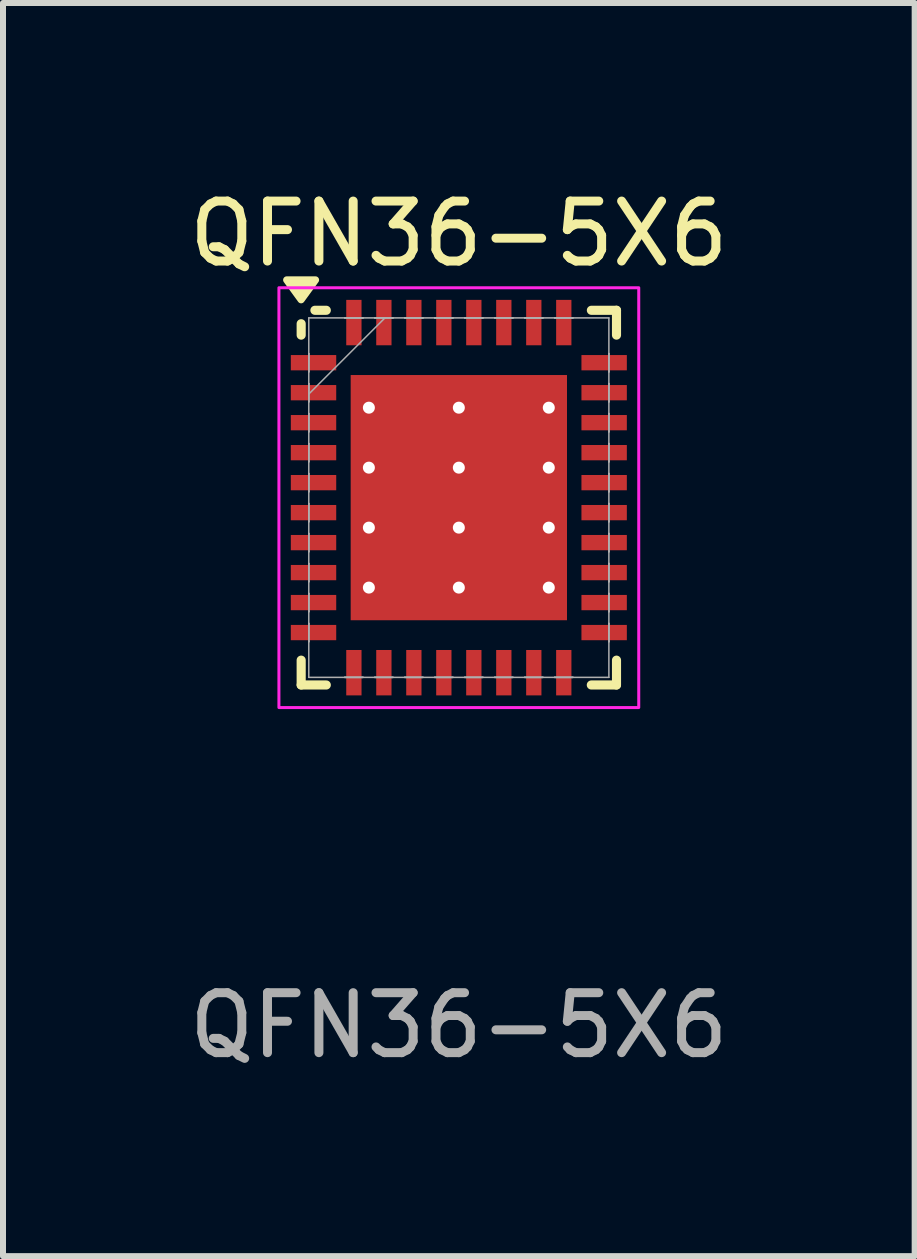
<source format=kicad_pcb>
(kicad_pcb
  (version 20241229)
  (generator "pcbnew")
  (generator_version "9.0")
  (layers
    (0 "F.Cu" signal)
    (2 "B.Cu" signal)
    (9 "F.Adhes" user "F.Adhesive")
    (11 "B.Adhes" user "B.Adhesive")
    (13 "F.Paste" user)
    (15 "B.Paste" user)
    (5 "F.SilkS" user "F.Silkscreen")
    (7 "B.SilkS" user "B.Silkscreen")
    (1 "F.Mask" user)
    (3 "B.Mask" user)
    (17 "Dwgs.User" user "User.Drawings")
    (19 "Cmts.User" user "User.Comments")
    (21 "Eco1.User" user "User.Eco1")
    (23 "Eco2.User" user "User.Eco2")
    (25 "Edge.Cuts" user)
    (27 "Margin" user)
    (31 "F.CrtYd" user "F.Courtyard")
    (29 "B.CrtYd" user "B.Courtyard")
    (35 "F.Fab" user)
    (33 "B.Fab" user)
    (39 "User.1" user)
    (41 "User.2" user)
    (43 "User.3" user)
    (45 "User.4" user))
  (footprint "QFN36-5X6"
    (layer "F.Cu")
    (at 4.601 5.248)
    (property "Reference" "QFN36-5X6" (at 0 -4.4 0) (unlocked yes) (layer "F.SilkS") (effects (font (size 1 1) (thickness 0.15))))
    (attr smd)
    (fp_line (start -2.629 -2.9) (end -2.629 -2.71) (stroke (width 0.152) (type solid)) (layer "F.SilkS"))
    (fp_line (start -2.629 2.71) (end -2.629 3.124) (stroke (width 0.152) (type solid)) (layer "F.SilkS"))
    (fp_line (start -2.629 3.124) (end -2.21 3.124) (stroke (width 0.152) (type solid)) (layer "F.SilkS"))
    (fp_line (start -2.21 -3.124) (end -2.4 -3.124) (stroke (width 0.152) (type solid)) (layer "F.SilkS"))
    (fp_line (start 2.628 3.124) (end 2.209 3.124) (stroke (width 0.152) (type solid)) (layer "F.SilkS"))
    (fp_line (start 2.629 -3.124) (end 2.21 -3.124) (stroke (width 0.152) (type solid)) (layer "F.SilkS"))
    (fp_line (start 2.629 -2.71) (end 2.629 -3.124) (stroke (width 0.152) (type solid)) (layer "F.SilkS"))
    (fp_line (start 2.629 3.124) (end 2.629 2.71) (stroke (width 0.152) (type solid)) (layer "F.SilkS"))
    (fp_poly (pts (xy -2.63 -3.3) (xy -2.87 -3.63) (xy -2.39 -3.63) (xy -2.63 -3.3)) (stroke (width 0.12) (type solid)) (fill yes) (layer "F.SilkS"))
    (fp_rect (start -3 -3.5) (end 3 3.5) (stroke (width 0.05) (type default)) (fill no) (layer "F.CrtYd"))
    (fp_line (start -2.502 -2.997) (end -2.502 2.997) (stroke (width 0.025) (type solid)) (layer "F.Fab"))
    (fp_line (start -2.502 -2.402) (end -2.502 -2.402) (stroke (width 0.025) (type solid)) (layer "F.Fab"))
    (fp_line (start -2.502 -2.402) (end -2.502 -2.098) (stroke (width 0.025) (type solid)) (layer "F.Fab"))
    (fp_line (start -2.502 -2.098) (end -2.502 -2.402) (stroke (width 0.025) (type solid)) (layer "F.Fab"))
    (fp_line (start -2.502 -2.098) (end -2.502 -2.098) (stroke (width 0.025) (type solid)) (layer "F.Fab"))
    (fp_line (start -2.502 -1.902) (end -2.502 -1.902) (stroke (width 0.025) (type solid)) (layer "F.Fab"))
    (fp_line (start -2.502 -1.902) (end -2.502 -1.598) (stroke (width 0.025) (type solid)) (layer "F.Fab"))
    (fp_line (start -2.502 -1.727) (end -1.232 -2.997) (stroke (width 0.025) (type solid)) (layer "F.Fab"))
    (fp_line (start -2.502 -1.598) (end -2.502 -1.902) (stroke (width 0.025) (type solid)) (layer "F.Fab"))
    (fp_line (start -2.502 -1.598) (end -2.502 -1.598) (stroke (width 0.025) (type solid)) (layer "F.Fab"))
    (fp_line (start -2.502 -1.402) (end -2.502 -1.402) (stroke (width 0.025) (type solid)) (layer "F.Fab"))
    (fp_line (start -2.502 -1.402) (end -2.502 -1.098) (stroke (width 0.025) (type solid)) (layer "F.Fab"))
    (fp_line (start -2.502 -1.098) (end -2.502 -1.402) (stroke (width 0.025) (type solid)) (layer "F.Fab"))
    (fp_line (start -2.502 -1.098) (end -2.502 -1.098) (stroke (width 0.025) (type solid)) (layer "F.Fab"))
    (fp_line (start -2.502 -0.902) (end -2.502 -0.902) (stroke (width 0.025) (type solid)) (layer "F.Fab"))
    (fp_line (start -2.502 -0.902) (end -2.502 -0.598) (stroke (width 0.025) (type solid)) (layer "F.Fab"))
    (fp_line (start -2.502 -0.598) (end -2.502 -0.902) (stroke (width 0.025) (type solid)) (layer "F.Fab"))
    (fp_line (start -2.502 -0.598) (end -2.502 -0.598) (stroke (width 0.025) (type solid)) (layer "F.Fab"))
    (fp_line (start -2.502 -0.402) (end -2.502 -0.402) (stroke (width 0.025) (type solid)) (layer "F.Fab"))
    (fp_line (start -2.502 -0.402) (end -2.502 -0.098) (stroke (width 0.025) (type solid)) (layer "F.Fab"))
    (fp_line (start -2.502 -0.098) (end -2.502 -0.402) (stroke (width 0.025) (type solid)) (layer "F.Fab"))
    (fp_line (start -2.502 -0.098) (end -2.502 -0.098) (stroke (width 0.025) (type solid)) (layer "F.Fab"))
    (fp_line (start -2.502 0.098) (end -2.502 0.098) (stroke (width 0.025) (type solid)) (layer "F.Fab"))
    (fp_line (start -2.502 0.098) (end -2.502 0.402) (stroke (width 0.025) (type solid)) (layer "F.Fab"))
    (fp_line (start -2.502 0.402) (end -2.502 0.098) (stroke (width 0.025) (type solid)) (layer "F.Fab"))
    (fp_line (start -2.502 0.402) (end -2.502 0.402) (stroke (width 0.025) (type solid)) (layer "F.Fab"))
    (fp_line (start -2.502 0.598) (end -2.502 0.598) (stroke (width 0.025) (type solid)) (layer "F.Fab"))
    (fp_line (start -2.502 0.598) (end -2.502 0.902) (stroke (width 0.025) (type solid)) (layer "F.Fab"))
    (fp_line (start -2.502 0.902) (end -2.502 0.598) (stroke (width 0.025) (type solid)) (layer "F.Fab"))
    (fp_line (start -2.502 0.902) (end -2.502 0.902) (stroke (width 0.025) (type solid)) (layer "F.Fab"))
    (fp_line (start -2.502 1.098) (end -2.502 1.098) (stroke (width 0.025) (type solid)) (layer "F.Fab"))
    (fp_line (start -2.502 1.098) (end -2.502 1.402) (stroke (width 0.025) (type solid)) (layer "F.Fab"))
    (fp_line (start -2.502 1.402) (end -2.502 1.098) (stroke (width 0.025) (type solid)) (layer "F.Fab"))
    (fp_line (start -2.502 1.402) (end -2.502 1.402) (stroke (width 0.025) (type solid)) (layer "F.Fab"))
    (fp_line (start -2.502 1.598) (end -2.502 1.598) (stroke (width 0.025) (type solid)) (layer "F.Fab"))
    (fp_line (start -2.502 1.598) (end -2.502 1.902) (stroke (width 0.025) (type solid)) (layer "F.Fab"))
    (fp_line (start -2.502 1.902) (end -2.502 1.598) (stroke (width 0.025) (type solid)) (layer "F.Fab"))
    (fp_line (start -2.502 1.902) (end -2.502 1.902) (stroke (width 0.025) (type solid)) (layer "F.Fab"))
    (fp_line (start -2.502 2.098) (end -2.502 2.098) (stroke (width 0.025) (type solid)) (layer "F.Fab"))
    (fp_line (start -2.502 2.098) (end -2.502 2.402) (stroke (width 0.025) (type solid)) (layer "F.Fab"))
    (fp_line (start -2.502 2.402) (end -2.502 2.098) (stroke (width 0.025) (type solid)) (layer "F.Fab"))
    (fp_line (start -2.502 2.402) (end -2.502 2.402) (stroke (width 0.025) (type solid)) (layer "F.Fab"))
    (fp_line (start -2.502 2.997) (end 2.502 2.997) (stroke (width 0.025) (type solid)) (layer "F.Fab"))
    (fp_line (start -1.902 -2.997) (end -1.902 -2.997) (stroke (width 0.025) (type solid)) (layer "F.Fab"))
    (fp_line (start -1.902 -2.997) (end -1.598 -2.997) (stroke (width 0.025) (type solid)) (layer "F.Fab"))
    (fp_line (start -1.902 2.997) (end -1.902 2.997) (stroke (width 0.025) (type solid)) (layer "F.Fab"))
    (fp_line (start -1.902 2.997) (end -1.598 2.997) (stroke (width 0.025) (type solid)) (layer "F.Fab"))
    (fp_line (start -1.598 -2.997) (end -1.902 -2.997) (stroke (width 0.025) (type solid)) (layer "F.Fab"))
    (fp_line (start -1.598 -2.997) (end -1.598 -2.997) (stroke (width 0.025) (type solid)) (layer "F.Fab"))
    (fp_line (start -1.598 2.997) (end -1.902 2.997) (stroke (width 0.025) (type solid)) (layer "F.Fab"))
    (fp_line (start -1.598 2.997) (end -1.598 2.997) (stroke (width 0.025) (type solid)) (layer "F.Fab"))
    (fp_line (start -1.402 -2.997) (end -1.402 -2.997) (stroke (width 0.025) (type solid)) (layer "F.Fab"))
    (fp_line (start -1.402 -2.997) (end -1.098 -2.997) (stroke (width 0.025) (type solid)) (layer "F.Fab"))
    (fp_line (start -1.402 2.997) (end -1.402 2.997) (stroke (width 0.025) (type solid)) (layer "F.Fab"))
    (fp_line (start -1.402 2.997) (end -1.098 2.997) (stroke (width 0.025) (type solid)) (layer "F.Fab"))
    (fp_line (start -1.098 -2.997) (end -1.402 -2.997) (stroke (width 0.025) (type solid)) (layer "F.Fab"))
    (fp_line (start -1.098 -2.997) (end -1.098 -2.997) (stroke (width 0.025) (type solid)) (layer "F.Fab"))
    (fp_line (start -1.098 2.997) (end -1.402 2.997) (stroke (width 0.025) (type solid)) (layer "F.Fab"))
    (fp_line (start -1.098 2.997) (end -1.098 2.997) (stroke (width 0.025) (type solid)) (layer "F.Fab"))
    (fp_line (start -0.902 -2.997) (end -0.902 -2.997) (stroke (width 0.025) (type solid)) (layer "F.Fab"))
    (fp_line (start -0.902 -2.997) (end -0.598 -2.997) (stroke (width 0.025) (type solid)) (layer "F.Fab"))
    (fp_line (start -0.902 2.997) (end -0.902 2.997) (stroke (width 0.025) (type solid)) (layer "F.Fab"))
    (fp_line (start -0.902 2.997) (end -0.598 2.997) (stroke (width 0.025) (type solid)) (layer "F.Fab"))
    (fp_line (start -0.598 -2.997) (end -0.902 -2.997) (stroke (width 0.025) (type solid)) (layer "F.Fab"))
    (fp_line (start -0.598 -2.997) (end -0.598 -2.997) (stroke (width 0.025) (type solid)) (layer "F.Fab"))
    (fp_line (start -0.598 2.997) (end -0.902 2.997) (stroke (width 0.025) (type solid)) (layer "F.Fab"))
    (fp_line (start -0.598 2.997) (end -0.598 2.997) (stroke (width 0.025) (type solid)) (layer "F.Fab"))
    (fp_line (start -0.402 -2.997) (end -0.402 -2.997) (stroke (width 0.025) (type solid)) (layer "F.Fab"))
    (fp_line (start -0.402 -2.997) (end -0.098 -2.997) (stroke (width 0.025) (type solid)) (layer "F.Fab"))
    (fp_line (start -0.402 2.997) (end -0.402 2.997) (stroke (width 0.025) (type solid)) (layer "F.Fab"))
    (fp_line (start -0.402 2.997) (end -0.098 2.997) (stroke (width 0.025) (type solid)) (layer "F.Fab"))
    (fp_line (start -0.098 -2.997) (end -0.402 -2.997) (stroke (width 0.025) (type solid)) (layer "F.Fab"))
    (fp_line (start -0.098 -2.997) (end -0.098 -2.997) (stroke (width 0.025) (type solid)) (layer "F.Fab"))
    (fp_line (start -0.098 2.997) (end -0.402 2.997) (stroke (width 0.025) (type solid)) (layer "F.Fab"))
    (fp_line (start -0.098 2.997) (end -0.098 2.997) (stroke (width 0.025) (type solid)) (layer "F.Fab"))
    (fp_line (start 0.098 -2.997) (end 0.098 -2.997) (stroke (width 0.025) (type solid)) (layer "F.Fab"))
    (fp_line (start 0.098 -2.997) (end 0.402 -2.997) (stroke (width 0.025) (type solid)) (layer "F.Fab"))
    (fp_line (start 0.098 2.997) (end 0.098 2.997) (stroke (width 0.025) (type solid)) (layer "F.Fab"))
    (fp_line (start 0.098 2.997) (end 0.402 2.997) (stroke (width 0.025) (type solid)) (layer "F.Fab"))
    (fp_line (start 0.402 -2.997) (end 0.098 -2.997) (stroke (width 0.025) (type solid)) (layer "F.Fab"))
    (fp_line (start 0.402 -2.997) (end 0.402 -2.997) (stroke (width 0.025) (type solid)) (layer "F.Fab"))
    (fp_line (start 0.402 2.997) (end 0.098 2.997) (stroke (width 0.025) (type solid)) (layer "F.Fab"))
    (fp_line (start 0.402 2.997) (end 0.402 2.997) (stroke (width 0.025) (type solid)) (layer "F.Fab"))
    (fp_line (start 0.598 -2.997) (end 0.598 -2.997) (stroke (width 0.025) (type solid)) (layer "F.Fab"))
    (fp_line (start 0.598 -2.997) (end 0.902 -2.997) (stroke (width 0.025) (type solid)) (layer "F.Fab"))
    (fp_line (start 0.598 2.997) (end 0.598 2.997) (stroke (width 0.025) (type solid)) (layer "F.Fab"))
    (fp_line (start 0.598 2.997) (end 0.902 2.997) (stroke (width 0.025) (type solid)) (layer "F.Fab"))
    (fp_line (start 0.902 -2.997) (end 0.598 -2.997) (stroke (width 0.025) (type solid)) (layer "F.Fab"))
    (fp_line (start 0.902 -2.997) (end 0.902 -2.997) (stroke (width 0.025) (type solid)) (layer "F.Fab"))
    (fp_line (start 0.902 2.997) (end 0.598 2.997) (stroke (width 0.025) (type solid)) (layer "F.Fab"))
    (fp_line (start 0.902 2.997) (end 0.902 2.997) (stroke (width 0.025) (type solid)) (layer "F.Fab"))
    (fp_line (start 1.098 -2.997) (end 1.098 -2.997) (stroke (width 0.025) (type solid)) (layer "F.Fab"))
    (fp_line (start 1.098 -2.997) (end 1.402 -2.997) (stroke (width 0.025) (type solid)) (layer "F.Fab"))
    (fp_line (start 1.098 2.997) (end 1.098 2.997) (stroke (width 0.025) (type solid)) (layer "F.Fab"))
    (fp_line (start 1.098 2.997) (end 1.402 2.997) (stroke (width 0.025) (type solid)) (layer "F.Fab"))
    (fp_line (start 1.402 -2.997) (end 1.098 -2.997) (stroke (width 0.025) (type solid)) (layer "F.Fab"))
    (fp_line (start 1.402 -2.997) (end 1.402 -2.997) (stroke (width 0.025) (type solid)) (layer "F.Fab"))
    (fp_line (start 1.402 2.997) (end 1.098 2.997) (stroke (width 0.025) (type solid)) (layer "F.Fab"))
    (fp_line (start 1.402 2.997) (end 1.402 2.997) (stroke (width 0.025) (type solid)) (layer "F.Fab"))
    (fp_line (start 1.598 -2.997) (end 1.598 -2.997) (stroke (width 0.025) (type solid)) (layer "F.Fab"))
    (fp_line (start 1.598 -2.997) (end 1.902 -2.997) (stroke (width 0.025) (type solid)) (layer "F.Fab"))
    (fp_line (start 1.598 2.997) (end 1.598 2.997) (stroke (width 0.025) (type solid)) (layer "F.Fab"))
    (fp_line (start 1.598 2.997) (end 1.902 2.997) (stroke (width 0.025) (type solid)) (layer "F.Fab"))
    (fp_line (start 1.902 -2.997) (end 1.598 -2.997) (stroke (width 0.025) (type solid)) (layer "F.Fab"))
    (fp_line (start 1.902 -2.997) (end 1.902 -2.997) (stroke (width 0.025) (type solid)) (layer "F.Fab"))
    (fp_line (start 1.902 2.997) (end 1.598 2.997) (stroke (width 0.025) (type solid)) (layer "F.Fab"))
    (fp_line (start 1.902 2.997) (end 1.902 2.997) (stroke (width 0.025) (type solid)) (layer "F.Fab"))
    (fp_line (start 2.502 -2.997) (end -2.502 -2.997) (stroke (width 0.025) (type solid)) (layer "F.Fab"))
    (fp_line (start 2.502 -2.402) (end 2.502 -2.402) (stroke (width 0.025) (type solid)) (layer "F.Fab"))
    (fp_line (start 2.502 -2.402) (end 2.502 -2.098) (stroke (width 0.025) (type solid)) (layer "F.Fab"))
    (fp_line (start 2.502 -2.098) (end 2.502 -2.402) (stroke (width 0.025) (type solid)) (layer "F.Fab"))
    (fp_line (start 2.502 -2.098) (end 2.502 -2.098) (stroke (width 0.025) (type solid)) (layer "F.Fab"))
    (fp_line (start 2.502 -1.902) (end 2.502 -1.902) (stroke (width 0.025) (type solid)) (layer "F.Fab"))
    (fp_line (start 2.502 -1.902) (end 2.502 -1.598) (stroke (width 0.025) (type solid)) (layer "F.Fab"))
    (fp_line (start 2.502 -1.598) (end 2.502 -1.902) (stroke (width 0.025) (type solid)) (layer "F.Fab"))
    (fp_line (start 2.502 -1.598) (end 2.502 -1.598) (stroke (width 0.025) (type solid)) (layer "F.Fab"))
    (fp_line (start 2.502 -1.402) (end 2.502 -1.402) (stroke (width 0.025) (type solid)) (layer "F.Fab"))
    (fp_line (start 2.502 -1.402) (end 2.502 -1.098) (stroke (width 0.025) (type solid)) (layer "F.Fab"))
    (fp_line (start 2.502 -1.098) (end 2.502 -1.402) (stroke (width 0.025) (type solid)) (layer "F.Fab"))
    (fp_line (start 2.502 -1.098) (end 2.502 -1.098) (stroke (width 0.025) (type solid)) (layer "F.Fab"))
    (fp_line (start 2.502 -0.902) (end 2.502 -0.902) (stroke (width 0.025) (type solid)) (layer "F.Fab"))
    (fp_line (start 2.502 -0.902) (end 2.502 -0.598) (stroke (width 0.025) (type solid)) (layer "F.Fab"))
    (fp_line (start 2.502 -0.598) (end 2.502 -0.902) (stroke (width 0.025) (type solid)) (layer "F.Fab"))
    (fp_line (start 2.502 -0.598) (end 2.502 -0.598) (stroke (width 0.025) (type solid)) (layer "F.Fab"))
    (fp_line (start 2.502 -0.402) (end 2.502 -0.402) (stroke (width 0.025) (type solid)) (layer "F.Fab"))
    (fp_line (start 2.502 -0.402) (end 2.502 -0.098) (stroke (width 0.025) (type solid)) (layer "F.Fab"))
    (fp_line (start 2.502 -0.098) (end 2.502 -0.402) (stroke (width 0.025) (type solid)) (layer "F.Fab"))
    (fp_line (start 2.502 -0.098) (end 2.502 -0.098) (stroke (width 0.025) (type solid)) (layer "F.Fab"))
    (fp_line (start 2.502 0.098) (end 2.502 0.098) (stroke (width 0.025) (type solid)) (layer "F.Fab"))
    (fp_line (start 2.502 0.098) (end 2.502 0.402) (stroke (width 0.025) (type solid)) (layer "F.Fab"))
    (fp_line (start 2.502 0.402) (end 2.502 0.098) (stroke (width 0.025) (type solid)) (layer "F.Fab"))
    (fp_line (start 2.502 0.402) (end 2.502 0.402) (stroke (width 0.025) (type solid)) (layer "F.Fab"))
    (fp_line (start 2.502 0.598) (end 2.502 0.598) (stroke (width 0.025) (type solid)) (layer "F.Fab"))
    (fp_line (start 2.502 0.598) (end 2.502 0.902) (stroke (width 0.025) (type solid)) (layer "F.Fab"))
    (fp_line (start 2.502 0.902) (end 2.502 0.598) (stroke (width 0.025) (type solid)) (layer "F.Fab"))
    (fp_line (start 2.502 0.902) (end 2.502 0.902) (stroke (width 0.025) (type solid)) (layer "F.Fab"))
    (fp_line (start 2.502 1.098) (end 2.502 1.098) (stroke (width 0.025) (type solid)) (layer "F.Fab"))
    (fp_line (start 2.502 1.098) (end 2.502 1.402) (stroke (width 0.025) (type solid)) (layer "F.Fab"))
    (fp_line (start 2.502 1.402) (end 2.502 1.098) (stroke (width 0.025) (type solid)) (layer "F.Fab"))
    (fp_line (start 2.502 1.402) (end 2.502 1.402) (stroke (width 0.025) (type solid)) (layer "F.Fab"))
    (fp_line (start 2.502 1.598) (end 2.502 1.598) (stroke (width 0.025) (type solid)) (layer "F.Fab"))
    (fp_line (start 2.502 1.598) (end 2.502 1.902) (stroke (width 0.025) (type solid)) (layer "F.Fab"))
    (fp_line (start 2.502 1.902) (end 2.502 1.598) (stroke (width 0.025) (type solid)) (layer "F.Fab"))
    (fp_line (start 2.502 1.902) (end 2.502 1.902) (stroke (width 0.025) (type solid)) (layer "F.Fab"))
    (fp_line (start 2.502 2.098) (end 2.502 2.098) (stroke (width 0.025) (type solid)) (layer "F.Fab"))
    (fp_line (start 2.502 2.098) (end 2.502 2.402) (stroke (width 0.025) (type solid)) (layer "F.Fab"))
    (fp_line (start 2.502 2.402) (end 2.502 2.098) (stroke (width 0.025) (type solid)) (layer "F.Fab"))
    (fp_line (start 2.502 2.402) (end 2.502 2.402) (stroke (width 0.025) (type solid)) (layer "F.Fab"))
    (fp_line (start 2.502 2.997) (end 2.502 -2.997) (stroke (width 0.025) (type solid)) (layer "F.Fab"))
    (fp_text user "${REFERENCE}" (at 0 8.8 0) (unlocked yes) (layer "F.Fab") (effects (font (size 1 1) (thickness 0.15))))
    (pad "" smd roundrect (at -0.91 -1.857) (size 1.4 0.375) (layers "F.Paste") (roundrect_rratio 0.25))
    (pad "" smd roundrect (at -0.906 1.856) (size 1.4 0.375) (layers "F.Paste") (roundrect_rratio 0.25))
    (pad "" smd roundrect (at -0.903 -1.001) (size 1.4 0.75) (layers "F.Paste") (roundrect_rratio 0.25))
    (pad "" smd roundrect (at -0.903 -0.001) (size 1.4 0.75) (layers "F.Paste") (roundrect_rratio 0.25))
    (pad "" smd roundrect (at -0.903 0.999) (size 1.4 0.75) (layers "F.Paste") (roundrect_rratio 0.25))
    (pad "" smd roundrect (at 0.886 -1.852) (size 1.4 0.375) (layers "F.Paste") (roundrect_rratio 0.25))
    (pad "" smd roundrect (at 0.889 1.861) (size 1.4 0.375) (layers "F.Paste") (roundrect_rratio 0.25))
    (pad "" smd roundrect (at 0.892 -0.996) (size 1.4 0.75) (layers "F.Paste") (roundrect_rratio 0.25))
    (pad "" smd roundrect (at 0.892 0.004) (size 1.4 0.75) (layers "F.Paste") (roundrect_rratio 0.25))
    (pad "" smd roundrect (at 0.892 1.004) (size 1.4 0.75) (layers "F.Paste") (roundrect_rratio 0.25))
    (pad "1" smd rect (at -2.423 -2.25 90) (size 0.255 0.757) (layers "F.Cu" "F.Mask" "F.Paste"))
    (pad "2" smd rect (at -2.423 -1.75 90) (size 0.255 0.757) (layers "F.Cu" "F.Mask" "F.Paste"))
    (pad "3" smd rect (at -2.423 -1.25 90) (size 0.255 0.757) (layers "F.Cu" "F.Mask" "F.Paste"))
    (pad "4" smd rect (at -2.423 -0.75 90) (size 0.255 0.757) (layers "F.Cu" "F.Mask" "F.Paste"))
    (pad "5" smd rect (at -2.423 -0.25 90) (size 0.255 0.757) (layers "F.Cu" "F.Mask" "F.Paste"))
    (pad "6" smd rect (at -2.423 0.25 90) (size 0.255 0.757) (layers "F.Cu" "F.Mask" "F.Paste"))
    (pad "7" smd rect (at -2.423 0.75 90) (size 0.255 0.757) (layers "F.Cu" "F.Mask" "F.Paste"))
    (pad "8" smd rect (at -2.423 1.25 90) (size 0.255 0.757) (layers "F.Cu" "F.Mask" "F.Paste"))
    (pad "9" smd rect (at -2.423 1.75 90) (size 0.255 0.757) (layers "F.Cu" "F.Mask" "F.Paste"))
    (pad "10" smd rect (at -2.423 2.25 90) (size 0.255 0.757) (layers "F.Cu" "F.Mask" "F.Paste"))
    (pad "11" smd rect (at -1.75 2.919) (size 0.255 0.757) (layers "F.Cu" "F.Mask" "F.Paste"))
    (pad "12" smd rect (at -1.25 2.919) (size 0.255 0.757) (layers "F.Cu" "F.Mask" "F.Paste"))
    (pad "13" smd rect (at -0.75 2.919) (size 0.255 0.757) (layers "F.Cu" "F.Mask" "F.Paste"))
    (pad "14" smd rect (at -0.25 2.919) (size 0.255 0.757) (layers "F.Cu" "F.Mask" "F.Paste"))
    (pad "15" smd rect (at 0.25 2.919) (size 0.255 0.757) (layers "F.Cu" "F.Mask" "F.Paste"))
    (pad "16" smd rect (at 0.75 2.919) (size 0.255 0.757) (layers "F.Cu" "F.Mask" "F.Paste"))
    (pad "17" smd rect (at 1.25 2.919) (size 0.255 0.757) (layers "F.Cu" "F.Mask" "F.Paste"))
    (pad "18" smd rect (at 1.75 2.919) (size 0.255 0.757) (layers "F.Cu" "F.Mask" "F.Paste"))
    (pad "19" smd rect (at 2.423 2.25 90) (size 0.255 0.757) (layers "F.Cu" "F.Mask" "F.Paste"))
    (pad "20" smd rect (at 2.423 1.75 90) (size 0.255 0.757) (layers "F.Cu" "F.Mask" "F.Paste"))
    (pad "21" smd rect (at 2.423 1.25 90) (size 0.255 0.757) (layers "F.Cu" "F.Mask" "F.Paste"))
    (pad "22" smd rect (at 2.423 0.75 90) (size 0.255 0.757) (layers "F.Cu" "F.Mask" "F.Paste"))
    (pad "23" smd rect (at 2.423 0.25 90) (size 0.255 0.757) (layers "F.Cu" "F.Mask" "F.Paste"))
    (pad "24" smd rect (at 2.423 -0.25 90) (size 0.255 0.757) (layers "F.Cu" "F.Mask" "F.Paste"))
    (pad "25" smd rect (at 2.423 -0.75 90) (size 0.255 0.757) (layers "F.Cu" "F.Mask" "F.Paste"))
    (pad "26" smd rect (at 2.423 -1.25 90) (size 0.255 0.757) (layers "F.Cu" "F.Mask" "F.Paste"))
    (pad "27" smd rect (at 2.423 -1.75 90) (size 0.255 0.757) (layers "F.Cu" "F.Mask" "F.Paste"))
    (pad "28" smd rect (at 2.423 -2.25 90) (size 0.255 0.757) (layers "F.Cu" "F.Mask" "F.Paste"))
    (pad "29" smd rect (at 1.75 -2.919) (size 0.255 0.757) (layers "F.Cu" "F.Mask" "F.Paste"))
    (pad "30" smd rect (at 1.25 -2.919) (size 0.255 0.757) (layers "F.Cu" "F.Mask" "F.Paste"))
    (pad "31" smd rect (at 0.75 -2.919) (size 0.255 0.757) (layers "F.Cu" "F.Mask" "F.Paste"))
    (pad "32" smd rect (at 0.25 -2.919) (size 0.255 0.757) (layers "F.Cu" "F.Mask" "F.Paste"))
    (pad "33" smd rect (at -0.25 -2.919) (size 0.255 0.757) (layers "F.Cu" "F.Mask" "F.Paste"))
    (pad "34" smd rect (at -0.75 -2.919) (size 0.255 0.757) (layers "F.Cu" "F.Mask" "F.Paste"))
    (pad "35" smd rect (at -1.25 -2.919) (size 0.255 0.757) (layers "F.Cu" "F.Mask" "F.Paste"))
    (pad "36" smd rect (at -1.75 -2.919) (size 0.255 0.757) (layers "F.Cu" "F.Mask" "F.Paste"))
    (pad "37" thru_hole circle (at -1.5 -1.5) (size 0.45 0.45) (drill 0.2) (property pad_prop_heatsink) (layers "*.Cu") (remove_unused_layers yes) (zone_layer_connections))
    (pad "37" thru_hole circle (at -1.5 -0.5) (size 0.45 0.45) (drill 0.2) (property pad_prop_heatsink) (layers "*.Cu") (remove_unused_layers yes) (zone_layer_connections))
    (pad "37" thru_hole circle (at -1.5 0.5) (size 0.45 0.45) (drill 0.2) (property pad_prop_heatsink) (layers "*.Cu") (remove_unused_layers yes) (zone_layer_connections))
    (pad "37" thru_hole circle (at -1.5 1.5) (size 0.45 0.45) (drill 0.2) (property pad_prop_heatsink) (layers "*.Cu") (remove_unused_layers yes) (zone_layer_connections))
    (pad "37" thru_hole circle (at 0 -1.5) (size 0.45 0.45) (drill 0.2) (property pad_prop_heatsink) (layers "*.Cu") (remove_unused_layers yes) (zone_layer_connections))
    (pad "37" thru_hole circle (at 0 -0.5) (size 0.45 0.45) (drill 0.2) (property pad_prop_heatsink) (layers "*.Cu") (remove_unused_layers yes) (zone_layer_connections))
    (pad "37" smd custom (at 0 0) (size 3.607 4.089) (layers "F.Cu" "F.Mask") (options (anchor rect)) (primitives (gr_bbox (start -1.1 -1.15) (end 1.2 1.15) (fill no))))
    (pad "37" thru_hole circle (at 0 0.5) (size 0.45 0.45) (drill 0.2) (property pad_prop_heatsink) (layers "*.Cu") (remove_unused_layers yes) (zone_layer_connections))
    (pad "37" thru_hole circle (at 0 1.5) (size 0.45 0.45) (drill 0.2) (property pad_prop_heatsink) (layers "*.Cu") (remove_unused_layers yes) (zone_layer_connections))
    (pad "37" thru_hole circle (at 1.5 -1.5) (size 0.45 0.45) (drill 0.2) (property pad_prop_heatsink) (layers "*.Cu") (remove_unused_layers yes) (zone_layer_connections))
    (pad "37" thru_hole circle (at 1.5 -0.5) (size 0.45 0.45) (drill 0.2) (property pad_prop_heatsink) (layers "*.Cu") (remove_unused_layers yes) (zone_layer_connections))
    (pad "37" thru_hole circle (at 1.5 0.5) (size 0.45 0.45) (drill 0.2) (property pad_prop_heatsink) (layers "*.Cu") (remove_unused_layers yes) (zone_layer_connections))
    (pad "37" thru_hole circle (at 1.5 1.5) (size 0.45 0.45) (drill 0.2) (property pad_prop_heatsink) (layers "*.Cu") (remove_unused_layers yes) (zone_layer_connections)))
  (gr_rect
    (start -3 -3)
    (end 12.202 17.896)
    (stroke (width 0.1) (type default))
    (fill no)
    (layer "Edge.Cuts")))
</source>
